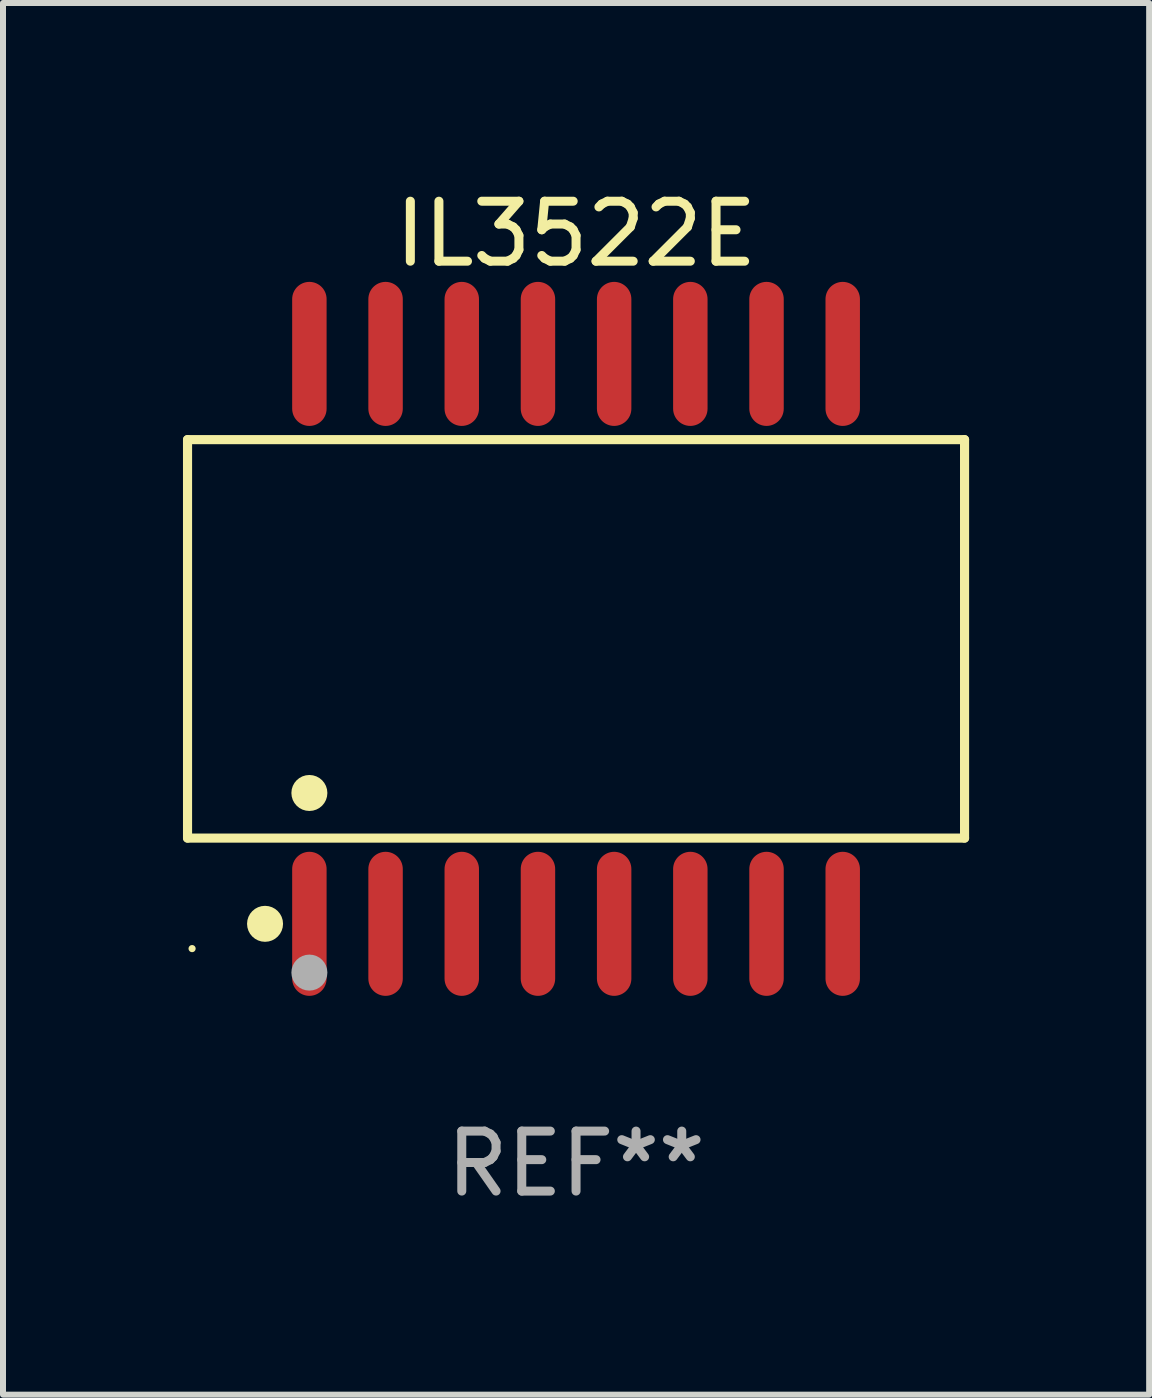
<source format=kicad_pcb>
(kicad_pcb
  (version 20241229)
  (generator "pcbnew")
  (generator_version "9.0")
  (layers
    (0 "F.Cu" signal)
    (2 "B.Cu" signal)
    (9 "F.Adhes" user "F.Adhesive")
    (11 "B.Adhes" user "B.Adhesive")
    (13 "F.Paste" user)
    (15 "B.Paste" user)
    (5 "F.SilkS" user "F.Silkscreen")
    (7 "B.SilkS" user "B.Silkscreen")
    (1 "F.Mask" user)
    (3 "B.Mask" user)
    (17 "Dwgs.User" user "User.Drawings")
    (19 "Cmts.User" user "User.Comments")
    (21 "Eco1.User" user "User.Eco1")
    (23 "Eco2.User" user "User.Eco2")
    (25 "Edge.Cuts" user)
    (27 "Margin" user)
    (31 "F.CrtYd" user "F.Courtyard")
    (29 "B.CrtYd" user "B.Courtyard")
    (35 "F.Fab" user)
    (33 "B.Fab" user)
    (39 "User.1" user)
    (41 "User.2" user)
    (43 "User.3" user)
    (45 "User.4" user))
  (footprint "IL3522E"
    (layer "F.Cu")
    (at 6.552 7.599)
    (property "Reference" "IL3522E" (at 0 -6.75 0) (layer "F.SilkS") (effects (font (size 1 1) (thickness 0.15))))
    (attr through_hole)
    (fp_line (start -6.476 -3.321) (end 6.476 -3.321) (stroke (width 0.152) (type solid)) (layer "F.SilkS"))
    (fp_line (start -6.476 3.321) (end -6.476 -3.321) (stroke (width 0.152) (type solid)) (layer "F.SilkS"))
    (fp_line (start 6.476 -3.321) (end 6.476 3.321) (stroke (width 0.152) (type solid)) (layer "F.SilkS"))
    (fp_line (start 6.476 3.321) (end -6.476 3.321) (stroke (width 0.152) (type solid)) (layer "F.SilkS"))
    (fp_circle (center -6.4 5.163) (end -6.37 5.163) (stroke (width 0.06) (type solid)) (fill no) (layer "F.SilkS"))
    (fp_circle (center -5.184 4.75) (end -5.034 4.75) (stroke (width 0.3) (type solid)) (fill no) (layer "F.SilkS"))
    (fp_circle (center -4.445 2.569) (end -4.295 2.569) (stroke (width 0.3) (type solid)) (fill no) (layer "F.SilkS"))
    (fp_circle (center -4.445 5.563) (end -4.295 5.563) (stroke (width 0.3) (type solid)) (fill no) (layer "F.Fab"))
    (fp_text user "REF**" (at 0 8.75 0) (layer "F.Fab") (effects (font (size 1 1) (thickness 0.15))))
    (pad "1" smd oval (at -4.445 4.75) (size 0.574 2.401) (layers "F.Cu" "F.Mask" "F.Paste"))
    (pad "2" smd oval (at -3.175 4.75) (size 0.574 2.401) (layers "F.Cu" "F.Mask" "F.Paste"))
    (pad "3" smd oval (at -1.905 4.75) (size 0.574 2.401) (layers "F.Cu" "F.Mask" "F.Paste"))
    (pad "4" smd oval (at -0.635 4.75) (size 0.574 2.401) (layers "F.Cu" "F.Mask" "F.Paste"))
    (pad "5" smd oval (at 0.635 4.75) (size 0.574 2.401) (layers "F.Cu" "F.Mask" "F.Paste"))
    (pad "6" smd oval (at 1.905 4.75) (size 0.574 2.401) (layers "F.Cu" "F.Mask" "F.Paste"))
    (pad "7" smd oval (at 3.175 4.75) (size 0.574 2.401) (layers "F.Cu" "F.Mask" "F.Paste"))
    (pad "8" smd oval (at 4.445 4.75) (size 0.574 2.401) (layers "F.Cu" "F.Mask" "F.Paste"))
    (pad "9" smd oval (at 4.445 -4.75) (size 0.574 2.401) (layers "F.Cu" "F.Mask" "F.Paste"))
    (pad "10" smd oval (at 3.175 -4.75) (size 0.574 2.401) (layers "F.Cu" "F.Mask" "F.Paste"))
    (pad "11" smd oval (at 1.905 -4.75) (size 0.574 2.401) (layers "F.Cu" "F.Mask" "F.Paste"))
    (pad "12" smd oval (at 0.635 -4.75) (size 0.574 2.401) (layers "F.Cu" "F.Mask" "F.Paste"))
    (pad "13" smd oval (at -0.635 -4.75) (size 0.574 2.401) (layers "F.Cu" "F.Mask" "F.Paste"))
    (pad "14" smd oval (at -1.905 -4.75) (size 0.574 2.401) (layers "F.Cu" "F.Mask" "F.Paste"))
    (pad "15" smd oval (at -3.175 -4.75) (size 0.574 2.401) (layers "F.Cu" "F.Mask" "F.Paste"))
    (pad "16" smd oval (at -4.445 -4.75) (size 0.574 2.401) (layers "F.Cu" "F.Mask" "F.Paste")))
  (gr_rect
    (start -3 -3)
    (end 16.105 20.197)
    (stroke (width 0.1) (type default))
    (fill no)
    (layer "Edge.Cuts")))
</source>
